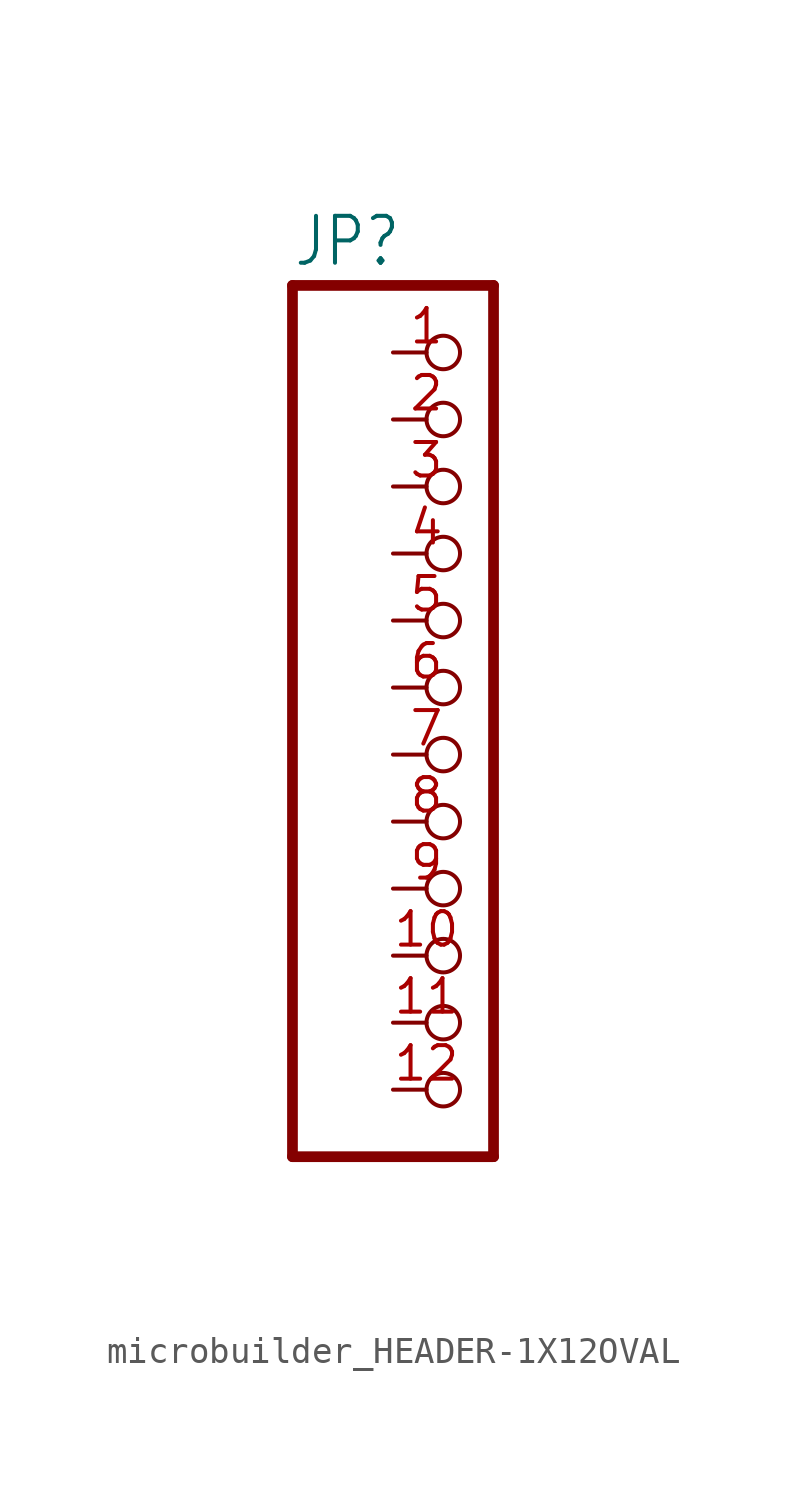
<source format=kicad_sym>
(kicad_symbol_lib
  (version 20231120)
  (generator "kicad_symbol_editor")
  (generator_version "8.0")
  (symbol "microbuilder_HEADER-1X12OVAL"
    (property "Reference" "JP"
      (at -6.35 18.415 0)
      (effects (font (size 1.778 1.511)) (justify left bottom)))
    (property "Value" ""
      (at -6.35 -17.78 0)
      (effects (font (size 1.778 1.511)) (justify left bottom)))
    (property "ki_locked" ""
      (at 0 0 0)
      (effects (font (size 1.27 1.27))))
    (symbol "microbuilder_HEADER-1X12OVAL_1_0"
      (polyline (pts (xy -6.35 -15.24) (xy 1.27 -15.24)) (stroke (width 0.406) (type solid)) (fill (type none)))
      (polyline (pts (xy -6.35 17.78) (xy -6.35 -15.24)) (stroke (width 0.406) (type solid)) (fill (type none)))
      (polyline (pts (xy 1.27 -15.24) (xy 1.27 17.78)) (stroke (width 0.406) (type solid)) (fill (type none)))
      (polyline (pts (xy 1.27 17.78) (xy -6.35 17.78)) (stroke (width 0.406) (type solid)) (fill (type none)))
      (pin passive inverted (at -2.54 15.24 0) (length 2.54) (name "1" (effects (font (size 0 0)))) (number "1" (effects (font (size 1.27 1.27)))))
      (pin passive inverted (at -2.54 -7.62 0) (length 2.54) (name "10" (effects (font (size 0 0)))) (number "10" (effects (font (size 1.27 1.27)))))
      (pin passive inverted (at -2.54 -10.16 0) (length 2.54) (name "11" (effects (font (size 0 0)))) (number "11" (effects (font (size 1.27 1.27)))))
      (pin passive inverted (at -2.54 -12.7 0) (length 2.54) (name "12" (effects (font (size 0 0)))) (number "12" (effects (font (size 1.27 1.27)))))
      (pin passive inverted (at -2.54 12.7 0) (length 2.54) (name "2" (effects (font (size 0 0)))) (number "2" (effects (font (size 1.27 1.27)))))
      (pin passive inverted (at -2.54 10.16 0) (length 2.54) (name "3" (effects (font (size 0 0)))) (number "3" (effects (font (size 1.27 1.27)))))
      (pin passive inverted (at -2.54 7.62 0) (length 2.54) (name "4" (effects (font (size 0 0)))) (number "4" (effects (font (size 1.27 1.27)))))
      (pin passive inverted (at -2.54 5.08 0) (length 2.54) (name "5" (effects (font (size 0 0)))) (number "5" (effects (font (size 1.27 1.27)))))
      (pin passive inverted (at -2.54 2.54 0) (length 2.54) (name "6" (effects (font (size 0 0)))) (number "6" (effects (font (size 1.27 1.27)))))
      (pin passive inverted (at -2.54 0 0) (length 2.54) (name "7" (effects (font (size 0 0)))) (number "7" (effects (font (size 1.27 1.27)))))
      (pin passive inverted (at -2.54 -2.54 0) (length 2.54) (name "8" (effects (font (size 0 0)))) (number "8" (effects (font (size 1.27 1.27)))))
      (pin passive inverted (at -2.54 -5.08 0) (length 2.54) (name "9" (effects (font (size 0 0)))) (number "9" (effects (font (size 1.27 1.27))))))))
</source>
